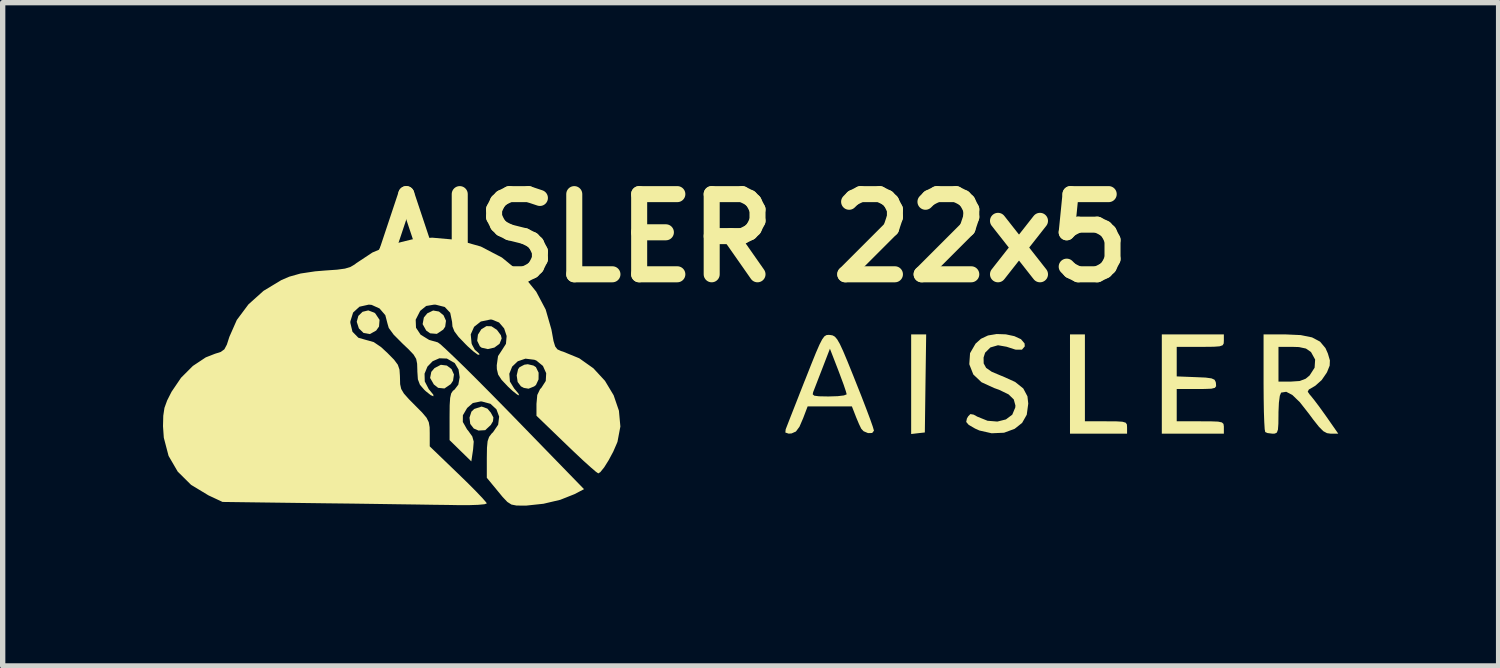
<source format=kicad_pcb>
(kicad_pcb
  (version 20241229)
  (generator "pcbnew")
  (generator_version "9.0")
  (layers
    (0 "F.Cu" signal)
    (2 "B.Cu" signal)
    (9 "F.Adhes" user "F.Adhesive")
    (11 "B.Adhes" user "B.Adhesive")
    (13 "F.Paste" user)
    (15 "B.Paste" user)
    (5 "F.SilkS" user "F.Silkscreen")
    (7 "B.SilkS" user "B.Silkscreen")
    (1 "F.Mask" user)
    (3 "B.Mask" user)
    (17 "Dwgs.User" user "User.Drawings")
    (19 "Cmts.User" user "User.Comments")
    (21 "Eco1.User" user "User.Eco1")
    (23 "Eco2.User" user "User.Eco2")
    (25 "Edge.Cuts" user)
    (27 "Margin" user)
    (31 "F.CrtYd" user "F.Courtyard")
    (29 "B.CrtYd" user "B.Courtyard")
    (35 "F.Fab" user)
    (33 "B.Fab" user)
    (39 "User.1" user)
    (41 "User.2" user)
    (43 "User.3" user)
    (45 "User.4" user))
  (footprint "AISLER 22x5"
    (layer "F.Cu")
    (at 10.981 3.904)
    (property "Reference" "AISLER 22x5" (at 0 -2.5 0) (layer "F.SilkS") (effects (font (size 1.5 1.5) (thickness 0.3))))
    (attr board_only exclude_from_pos_files exclude_from_bom)
    (fp_poly (pts (xy 3.286 0.221) (xy 3.274 1.138) (xy 3.146 1.152) (xy 3.018 1.167) (xy 3.018 0.235) (xy 3.018 -0.697) (xy 3.159 -0.697) (xy 3.299 -0.697)) (stroke (width 0) (type solid)) (fill yes) (layer "F.SilkS"))
    (fp_poly (pts (xy -7.026 -1.103) (xy -7.008 -1.088) (xy -6.929 -0.969) (xy -6.939 -0.844) (xy -6.992 -0.769) (xy -7.11 -0.703) (xy -7.229 -0.724) (xy -7.316 -0.809) (xy -7.356 -0.933) (xy -7.326 -1.043) (xy -7.247 -1.12) (xy -7.14 -1.146)) (stroke (width 0) (type solid)) (fill yes) (layer "F.SilkS"))
    (fp_poly (pts (xy -5.818 -1.125) (xy -5.732 -1.055) (xy -5.686 -0.953) (xy -5.701 -0.841) (xy -5.738 -0.786) (xy -5.857 -0.707) (xy -5.982 -0.717) (xy -6.056 -0.769) (xy -6.123 -0.889) (xy -6.1 -1.013) (xy -6.036 -1.091) (xy -5.926 -1.144)) (stroke (width 0) (type solid)) (fill yes) (layer "F.SilkS"))
    (fp_poly (pts (xy -5.67 -0.114) (xy -5.582 -0.048) (xy -5.537 0.053) (xy -5.554 0.17) (xy -5.597 0.234) (xy -5.715 0.315) (xy -5.833 0.303) (xy -5.913 0.24) (xy -5.983 0.118) (xy -5.961 0.004) (xy -5.899 -0.068) (xy -5.782 -0.128)) (stroke (width 0) (type solid)) (fill yes) (layer "F.SilkS"))
    (fp_poly (pts (xy -4.911 0.692) (xy -4.848 0.766) (xy -4.799 0.857) (xy -4.807 0.929) (xy -4.848 0.998) (xy -4.952 1.095) (xy -5.078 1.102) (xy -5.166 1.064) (xy -5.232 0.979) (xy -5.246 0.86) (xy -5.21 0.748) (xy -5.157 0.698) (xy -5.019 0.653)) (stroke (width 0) (type solid)) (fill yes) (layer "F.SilkS"))
    (fp_poly (pts (xy -4.836 -0.849) (xy -4.733 -0.782) (xy -4.659 -0.682) (xy -4.644 -0.621) (xy -4.684 -0.521) (xy -4.781 -0.45) (xy -4.904 -0.422) (xy -5.019 -0.448) (xy -5.052 -0.474) (xy -5.102 -0.577) (xy -5.088 -0.692) (xy -5.025 -0.793) (xy -4.929 -0.852)) (stroke (width 0) (type solid)) (fill yes) (layer "F.SilkS"))
    (fp_poly (pts (xy -4.049 -0.114) (xy -4.003 -0.084) (xy -3.953 0.019) (xy -3.954 0.145) (xy -4.002 0.249) (xy -4.037 0.277) (xy -4.141 0.319) (xy -4.229 0.304) (xy -4.284 0.275) (xy -4.345 0.193) (xy -4.363 0.071) (xy -4.337 -0.045) (xy -4.309 -0.084) (xy -4.219 -0.13) (xy -4.156 -0.139)) (stroke (width 0) (type solid)) (fill yes) (layer "F.SilkS"))
    (fp_poly (pts (xy 6.269 0.116) (xy 6.269 0.929) (xy 6.663 0.929) (xy 6.855 0.93) (xy 6.971 0.937) (xy 7.032 0.955) (xy 7.055 0.989) (xy 7.058 1.045) (xy 7.058 1.161) (xy 6.524 1.161) (xy 5.99 1.161) (xy 5.99 0.232) (xy 5.99 -0.697) (xy 6.129 -0.697) (xy 6.269 -0.697)) (stroke (width 0) (type solid)) (fill yes) (layer "F.SilkS"))
    (fp_poly (pts (xy 8.869 -0.58) (xy 8.866 -0.527) (xy 8.845 -0.493) (xy 8.789 -0.474) (xy 8.681 -0.466) (xy 8.503 -0.464) (xy 8.428 -0.464) (xy 7.987 -0.464) (xy 7.987 -0.188) (xy 7.987 0.089) (xy 8.347 0.103) (xy 8.529 0.111) (xy 8.638 0.126) (xy 8.694 0.151) (xy 8.717 0.194) (xy 8.721 0.221) (xy 8.724 0.272) (xy 8.701 0.303) (xy 8.636 0.319) (xy 8.509 0.324) (xy 8.362 0.325) (xy 7.987 0.325) (xy 7.987 0.627) (xy 7.987 0.929) (xy 8.428 0.929) (xy 8.632 0.93) (xy 8.761 0.935) (xy 8.832 0.95) (xy 8.862 0.978) (xy 8.869 1.025) (xy 8.869 1.045) (xy 8.869 1.161) (xy 8.289 1.161) (xy 7.708 1.161) (xy 7.708 0.232) (xy 7.708 -0.697) (xy 8.289 -0.697) (xy 8.869 -0.697)) (stroke (width 0) (type solid)) (fill yes) (layer "F.SilkS"))
    (fp_poly (pts (xy 4.79 -0.698) (xy 4.949 -0.664) (xy 5.073 -0.607) (xy 5.14 -0.528) (xy 5.144 -0.473) (xy 5.091 -0.411) (xy 4.97 -0.412) (xy 4.803 -0.466) (xy 4.643 -0.494) (xy 4.501 -0.453) (xy 4.402 -0.355) (xy 4.373 -0.264) (xy 4.375 -0.154) (xy 4.421 -0.07) (xy 4.525 0.002) (xy 4.703 0.077) (xy 4.728 0.086) (xy 4.964 0.193) (xy 5.116 0.315) (xy 5.194 0.462) (xy 5.209 0.598) (xy 5.181 0.806) (xy 5.094 0.959) (xy 4.954 1.07) (xy 4.756 1.143) (xy 4.524 1.153) (xy 4.294 1.101) (xy 4.214 1.065) (xy 4.095 0.996) (xy 4.048 0.941) (xy 4.061 0.878) (xy 4.085 0.836) (xy 4.126 0.794) (xy 4.186 0.804) (xy 4.258 0.843) (xy 4.447 0.919) (xy 4.631 0.934) (xy 4.791 0.894) (xy 4.91 0.805) (xy 4.966 0.671) (xy 4.969 0.634) (xy 4.938 0.52) (xy 4.84 0.425) (xy 4.664 0.34) (xy 4.569 0.306) (xy 4.334 0.198) (xy 4.181 0.053) (xy 4.108 -0.132) (xy 4.106 -0.144) (xy 4.12 -0.346) (xy 4.223 -0.524) (xy 4.324 -0.615) (xy 4.456 -0.677) (xy 4.619 -0.704)) (stroke (width 0) (type solid)) (fill yes) (layer "F.SilkS"))
    (fp_poly (pts (xy 1.502 -0.686) (xy 1.549 -0.678) (xy 1.591 -0.654) (xy 1.633 -0.605) (xy 1.683 -0.519) (xy 1.746 -0.383) (xy 1.828 -0.188) (xy 1.936 0.079) (xy 1.978 0.185) (xy 2.084 0.451) (xy 2.176 0.69) (xy 2.25 0.887) (xy 2.3 1.029) (xy 2.321 1.101) (xy 2.322 1.105) (xy 2.288 1.148) (xy 2.211 1.15) (xy 2.128 1.115) (xy 2.084 1.068) (xy 2.042 0.981) (xy 1.988 0.853) (xy 1.977 0.824) (xy 1.909 0.65) (xy 1.495 0.65) (xy 1.081 0.65) (xy 0.997 0.871) (xy 0.928 1.031) (xy 0.862 1.12) (xy 0.781 1.156) (xy 0.726 1.16) (xy 0.664 1.139) (xy 0.67 1.08) (xy 0.696 1.013) (xy 0.75 0.874) (xy 0.827 0.678) (xy 0.92 0.441) (xy 0.926 0.425) (xy 1.176 0.425) (xy 1.206 0.45) (xy 1.293 0.461) (xy 1.452 0.464) (xy 1.481 0.464) (xy 1.643 0.459) (xy 1.76 0.445) (xy 1.811 0.425) (xy 1.811 0.422) (xy 1.795 0.363) (xy 1.753 0.239) (xy 1.691 0.072) (xy 1.655 -0.024) (xy 1.498 -0.429) (xy 1.357 -0.063) (xy 1.288 0.115) (xy 1.229 0.268) (xy 1.19 0.368) (xy 1.184 0.383) (xy 1.176 0.425) (xy 0.926 0.425) (xy 1.024 0.176) (xy 1.035 0.15) (xy 1.15 -0.141) (xy 1.237 -0.356) (xy 1.303 -0.507) (xy 1.353 -0.604) (xy 1.394 -0.66) (xy 1.433 -0.684) (xy 1.474 -0.688)) (stroke (width 0) (type solid)) (fill yes) (layer "F.SilkS"))
    (fp_poly (pts (xy 10.307 -0.684) (xy 10.519 -0.641) (xy 10.668 -0.562) (xy 10.77 -0.441) (xy 10.815 -0.34) (xy 10.853 -0.211) (xy 10.849 -0.113) (xy 10.801 0.006) (xy 10.792 0.023) (xy 10.699 0.158) (xy 10.58 0.264) (xy 10.555 0.279) (xy 10.46 0.334) (xy 10.438 0.375) (xy 10.477 0.431) (xy 10.49 0.445) (xy 10.555 0.525) (xy 10.654 0.656) (xy 10.767 0.813) (xy 10.791 0.847) (xy 11.01 1.161) (xy 10.871 1.161) (xy 10.799 1.151) (xy 10.73 1.114) (xy 10.65 1.034) (xy 10.542 0.898) (xy 10.462 0.79) (xy 10.291 0.572) (xy 10.15 0.436) (xy 10.036 0.377) (xy 9.942 0.392) (xy 9.94 0.393) (xy 9.916 0.452) (xy 9.899 0.581) (xy 9.891 0.758) (xy 9.891 0.792) (xy 9.889 0.976) (xy 9.881 1.085) (xy 9.861 1.14) (xy 9.823 1.159) (xy 9.782 1.161) (xy 9.685 1.149) (xy 9.643 1.13) (xy 9.633 1.076) (xy 9.625 0.944) (xy 9.618 0.748) (xy 9.614 0.505) (xy 9.612 0.227) (xy 9.612 0.201) (xy 9.612 -0.139) (xy 9.891 -0.139) (xy 9.891 0.186) (xy 10.125 0.186) (xy 10.288 0.175) (xy 10.399 0.133) (xy 10.473 0.072) (xy 10.567 -0.074) (xy 10.577 -0.226) (xy 10.501 -0.364) (xy 10.494 -0.371) (xy 10.405 -0.432) (xy 10.274 -0.46) (xy 10.146 -0.464) (xy 9.891 -0.464) (xy 9.891 -0.139) (xy 9.612 -0.139) (xy 9.612 -0.697) (xy 10.019 -0.697)) (stroke (width 0) (type solid)) (fill yes) (layer "F.SilkS"))
    (fp_poly (pts (xy -5.471 -2.465) (xy -5.034 -2.341) (xy -4.639 -2.135) (xy -4.292 -1.851) (xy -4.256 -1.815) (xy -3.998 -1.497) (xy -3.821 -1.163) (xy -3.714 -0.791) (xy -3.705 -0.744) (xy -3.674 -0.573) (xy -3.643 -0.472) (xy -3.601 -0.417) (xy -3.534 -0.386) (xy -3.494 -0.374) (xy -3.192 -0.25) (xy -2.928 -0.063) (xy -2.711 0.172) (xy -2.549 0.442) (xy -2.45 0.731) (xy -2.423 1.026) (xy -2.477 1.312) (xy -2.486 1.335) (xy -2.556 1.496) (xy -2.641 1.655) (xy -2.726 1.791) (xy -2.798 1.88) (xy -2.836 1.904) (xy -2.881 1.873) (xy -2.98 1.788) (xy -3.122 1.66) (xy -3.294 1.498) (xy -3.434 1.364) (xy -3.993 0.825) (xy -3.993 0.605) (xy -3.978 0.437) (xy -3.926 0.328) (xy -3.901 0.302) (xy -3.819 0.174) (xy -3.811 0.029) (xy -3.872 -0.107) (xy -3.994 -0.207) (xy -4.031 -0.222) (xy -4.199 -0.243) (xy -4.343 -0.194) (xy -4.448 -0.094) (xy -4.501 0.039) (xy -4.49 0.185) (xy -4.411 0.314) (xy -4.332 0.408) (xy -4.316 0.445) (xy -4.354 0.429) (xy -4.438 0.362) (xy -4.527 0.279) (xy -4.646 0.153) (xy -4.71 0.055) (xy -4.734 -0.047) (xy -4.736 -0.119) (xy -4.712 -0.291) (xy -4.644 -0.395) (xy -4.564 -0.52) (xy -4.551 -0.667) (xy -4.598 -0.809) (xy -4.693 -0.92) (xy -4.827 -0.974) (xy -4.856 -0.975) (xy -5.034 -0.938) (xy -5.16 -0.839) (xy -5.223 -0.697) (xy -5.207 -0.529) (xy -5.197 -0.502) (xy -5.147 -0.41) (xy -5.102 -0.371) (xy -5.102 -0.371) (xy -5.064 -0.335) (xy -5.061 -0.315) (xy -5.091 -0.318) (xy -5.17 -0.376) (xy -5.283 -0.477) (xy -5.317 -0.511) (xy -5.451 -0.65) (xy -5.529 -0.754) (xy -5.565 -0.845) (xy -5.572 -0.932) (xy -5.607 -1.102) (xy -5.709 -1.21) (xy -5.878 -1.253) (xy -5.909 -1.254) (xy -6.056 -1.229) (xy -6.165 -1.141) (xy -6.172 -1.131) (xy -6.253 -0.972) (xy -6.247 -0.822) (xy -6.161 -0.692) (xy -6.002 -0.594) (xy -5.84 -0.548) (xy -5.791 -0.513) (xy -5.686 -0.417) (xy -5.53 -0.269) (xy -5.331 -0.076) (xy -5.098 0.156) (xy -4.836 0.42) (xy -4.553 0.708) (xy -4.431 0.833) (xy -3.103 2.199) (xy -3.281 2.292) (xy -3.548 2.398) (xy -3.862 2.472) (xy -4.18 2.506) (xy -4.232 2.507) (xy -4.368 2.505) (xy -4.461 2.487) (xy -4.538 2.438) (xy -4.627 2.344) (xy -4.707 2.247) (xy -4.922 1.986) (xy -4.922 1.614) (xy -4.919 1.423) (xy -4.907 1.3) (xy -4.879 1.22) (xy -4.83 1.156) (xy -4.806 1.134) (xy -4.71 0.993) (xy -4.691 0.842) (xy -4.742 0.705) (xy -4.853 0.602) (xy -5.016 0.558) (xy -5.035 0.557) (xy -5.183 0.587) (xy -5.29 0.68) (xy -5.37 0.816) (xy -5.371 0.941) (xy -5.292 1.08) (xy -5.267 1.11) (xy -5.194 1.212) (xy -5.167 1.309) (xy -5.178 1.446) (xy -5.18 1.465) (xy -5.212 1.679) (xy -5.416 1.48) (xy -5.619 1.281) (xy -5.619 0.837) (xy -5.617 0.627) (xy -5.608 0.491) (xy -5.589 0.408) (xy -5.557 0.359) (xy -5.526 0.336) (xy -5.455 0.243) (xy -5.43 0.105) (xy -5.451 -0.04) (xy -5.52 -0.157) (xy -5.526 -0.163) (xy -5.669 -0.245) (xy -5.81 -0.25) (xy -5.936 -0.195) (xy -6.033 -0.094) (xy -6.087 0.038) (xy -6.083 0.183) (xy -6.008 0.328) (xy -5.99 0.349) (xy -5.923 0.431) (xy -5.921 0.461) (xy -5.971 0.44) (xy -6.062 0.368) (xy -6.092 0.34) (xy -6.173 0.246) (xy -6.212 0.144) (xy -6.222 -0.008) (xy -6.222 -0.027) (xy -6.226 -0.149) (xy -6.244 -0.239) (xy -6.293 -0.32) (xy -6.386 -0.418) (xy -6.501 -0.527) (xy -6.666 -0.693) (xy -6.757 -0.818) (xy -6.78 -0.897) (xy -6.821 -1.056) (xy -6.929 -1.182) (xy -7.077 -1.249) (xy -7.131 -1.254) (xy -7.305 -1.215) (xy -7.424 -1.106) (xy -7.475 -0.942) (xy -7.476 -0.913) (xy -7.436 -0.747) (xy -7.325 -0.634) (xy -7.156 -0.586) (xy -7.154 -0.586) (xy -7.038 -0.553) (xy -6.901 -0.46) (xy -6.781 -0.349) (xy -6.657 -0.223) (xy -6.587 -0.129) (xy -6.556 -0.038) (xy -6.548 0.08) (xy -6.547 0.116) (xy -6.544 0.235) (xy -6.524 0.324) (xy -6.474 0.409) (xy -6.381 0.514) (xy -6.269 0.627) (xy -6.133 0.764) (xy -6.05 0.862) (xy -6.008 0.946) (xy -5.992 1.04) (xy -5.99 1.15) (xy -5.99 1.398) (xy -5.456 1.912) (xy -5.275 2.088) (xy -5.12 2.244) (xy -5.003 2.367) (xy -4.935 2.445) (xy -4.922 2.466) (xy -4.966 2.481) (xy -5.084 2.492) (xy -5.26 2.498) (xy -5.475 2.498) (xy -5.491 2.497) (xy -5.666 2.494) (xy -5.919 2.491) (xy -6.238 2.486) (xy -6.607 2.481) (xy -7.013 2.475) (xy -7.443 2.469) (xy -7.881 2.464) (xy -7.964 2.463) (xy -9.867 2.438) (xy -10.13 2.315) (xy -10.456 2.118) (xy -10.706 1.87) (xy -10.877 1.576) (xy -10.966 1.236) (xy -10.981 1.022) (xy -10.976 0.825) (xy -10.954 0.678) (xy -10.903 0.538) (xy -10.821 0.376) (xy -10.643 0.114) (xy -10.422 -0.107) (xy -10.181 -0.267) (xy -10.01 -0.334) (xy -9.9 -0.369) (xy -9.833 -0.418) (xy -9.786 -0.506) (xy -9.739 -0.652) (xy -9.6 -0.967) (xy -9.382 -1.259) (xy -9.1 -1.512) (xy -8.767 -1.713) (xy -8.618 -1.777) (xy -8.408 -1.836) (xy -8.134 -1.877) (xy -7.94 -1.893) (xy -7.724 -1.908) (xy -7.576 -1.928) (xy -7.474 -1.959) (xy -7.394 -2.006) (xy -7.365 -2.029) (xy -7.063 -2.229) (xy -6.703 -2.381) (xy -6.311 -2.477) (xy -5.945 -2.507)) (stroke (width 0) (type solid)) (fill yes) (layer "F.SilkS")))
  (gr_rect
    (start -3 -3)
    (end 24.991 9.411)
    (stroke (width 0.1) (type default))
    (fill no)
    (layer "Edge.Cuts")))
</source>
